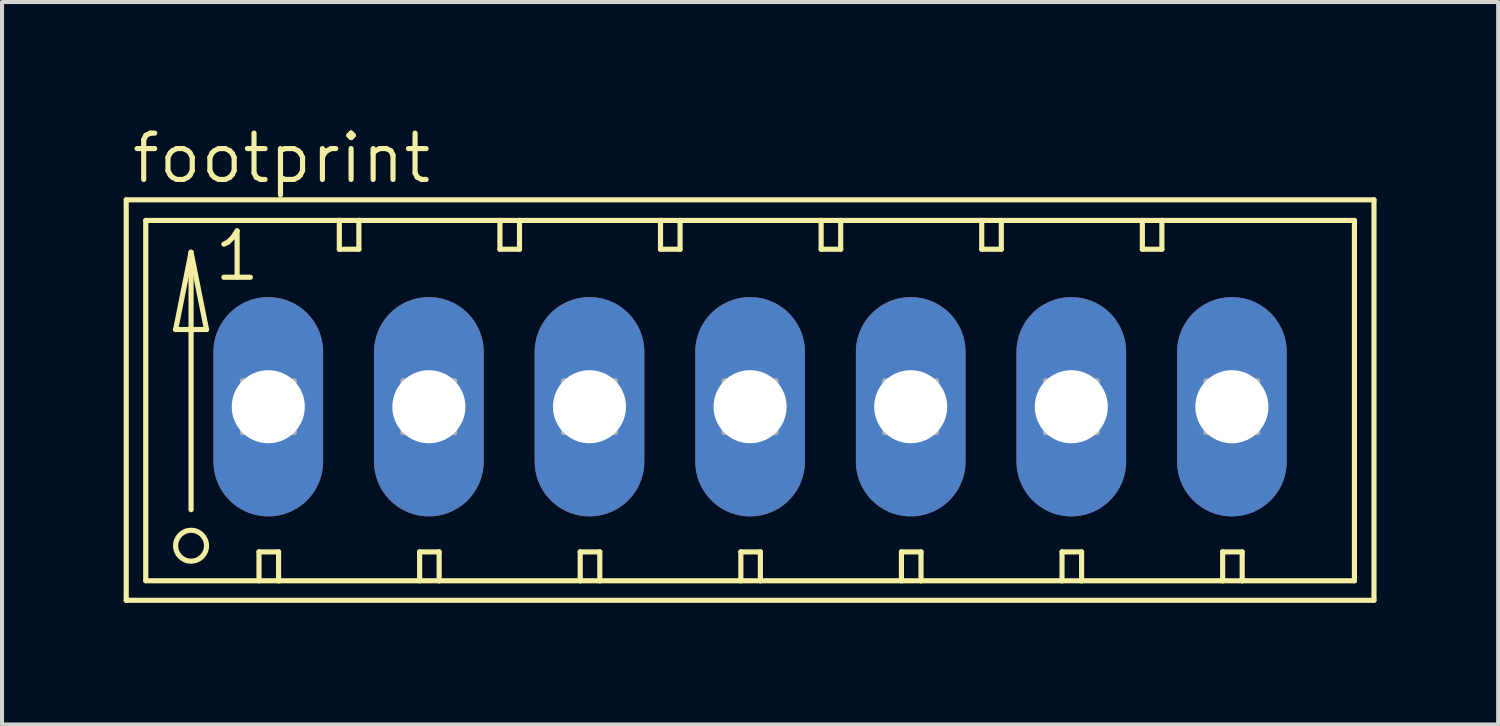
<source format=kicad_pcb>
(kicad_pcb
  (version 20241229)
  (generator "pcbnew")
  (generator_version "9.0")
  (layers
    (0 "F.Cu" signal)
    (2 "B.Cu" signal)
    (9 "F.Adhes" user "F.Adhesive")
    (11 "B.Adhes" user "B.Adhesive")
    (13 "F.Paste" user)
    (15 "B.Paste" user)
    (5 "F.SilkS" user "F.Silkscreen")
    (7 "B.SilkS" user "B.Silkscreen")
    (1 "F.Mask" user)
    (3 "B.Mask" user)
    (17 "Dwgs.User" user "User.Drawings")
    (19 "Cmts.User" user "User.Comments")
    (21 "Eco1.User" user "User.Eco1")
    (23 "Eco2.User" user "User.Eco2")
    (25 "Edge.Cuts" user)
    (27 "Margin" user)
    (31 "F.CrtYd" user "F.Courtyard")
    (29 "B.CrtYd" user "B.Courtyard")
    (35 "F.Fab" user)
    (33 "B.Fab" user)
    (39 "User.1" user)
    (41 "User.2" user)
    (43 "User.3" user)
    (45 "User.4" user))
  (footprint "footprint"
    (layer "F.Cu")
    (at 1.029 6.985)
    (property "Reference" "footprint" (at -0.889 -5.461 0) (layer "F.SilkS") (effects (font (size 1.143 1.143) (thickness 0.127)) (justify left bottom)))
    (fp_line (start -0.965 -5.105) (end -0.965 4.775) (stroke (width 0.127) (type solid)) (layer "F.SilkS"))
    (fp_line (start -0.965 4.775) (end 29.82 4.775) (stroke (width 0.127) (type solid)) (layer "F.SilkS"))
    (fp_line (start -0.483 -4.597) (end -0.483 4.293) (stroke (width 0.127) (type solid)) (layer "F.SilkS"))
    (fp_line (start -0.483 4.293) (end 2.311 4.293) (stroke (width 0.127) (type solid)) (layer "F.SilkS"))
    (fp_line (start 0.254 -1.905) (end 1.016 -1.905) (stroke (width 0.127) (type solid)) (layer "F.SilkS"))
    (fp_line (start 0.635 -3.81) (end 0.254 -1.905) (stroke (width 0.127) (type solid)) (layer "F.SilkS"))
    (fp_line (start 0.635 -3.81) (end 1.016 -1.905) (stroke (width 0.127) (type solid)) (layer "F.SilkS"))
    (fp_line (start 0.635 2.54) (end 0.635 -3.81) (stroke (width 0.127) (type solid)) (layer "F.SilkS"))
    (fp_line (start 2.311 3.581) (end 2.311 4.293) (stroke (width 0.127) (type solid)) (layer "F.SilkS"))
    (fp_line (start 2.311 3.581) (end 2.794 3.581) (stroke (width 0.127) (type solid)) (layer "F.SilkS"))
    (fp_line (start 2.311 4.293) (end 2.794 4.293) (stroke (width 0.127) (type solid)) (layer "F.SilkS"))
    (fp_line (start 2.794 3.581) (end 2.794 4.293) (stroke (width 0.127) (type solid)) (layer "F.SilkS"))
    (fp_line (start 2.794 4.293) (end 6.274 4.293) (stroke (width 0.127) (type solid)) (layer "F.SilkS"))
    (fp_line (start 4.293 -4.597) (end -0.483 -4.597) (stroke (width 0.127) (type solid)) (layer "F.SilkS"))
    (fp_line (start 4.293 -4.597) (end 4.293 -3.886) (stroke (width 0.127) (type solid)) (layer "F.SilkS"))
    (fp_line (start 4.293 -3.886) (end 4.775 -3.886) (stroke (width 0.127) (type solid)) (layer "F.SilkS"))
    (fp_line (start 4.775 -4.597) (end 4.293 -4.597) (stroke (width 0.127) (type solid)) (layer "F.SilkS"))
    (fp_line (start 4.775 -3.886) (end 4.775 -4.597) (stroke (width 0.127) (type solid)) (layer "F.SilkS"))
    (fp_line (start 6.274 3.581) (end 6.274 4.293) (stroke (width 0.127) (type solid)) (layer "F.SilkS"))
    (fp_line (start 6.274 3.581) (end 6.756 3.581) (stroke (width 0.127) (type solid)) (layer "F.SilkS"))
    (fp_line (start 6.274 4.293) (end 6.756 4.293) (stroke (width 0.127) (type solid)) (layer "F.SilkS"))
    (fp_line (start 6.756 3.581) (end 6.756 4.293) (stroke (width 0.127) (type solid)) (layer "F.SilkS"))
    (fp_line (start 6.756 4.293) (end 10.236 4.293) (stroke (width 0.127) (type solid)) (layer "F.SilkS"))
    (fp_line (start 8.255 -4.597) (end 4.775 -4.597) (stroke (width 0.127) (type solid)) (layer "F.SilkS"))
    (fp_line (start 8.255 -3.886) (end 8.255 -4.597) (stroke (width 0.127) (type solid)) (layer "F.SilkS"))
    (fp_line (start 8.255 -3.886) (end 8.738 -3.886) (stroke (width 0.127) (type solid)) (layer "F.SilkS"))
    (fp_line (start 8.738 -4.597) (end 8.255 -4.597) (stroke (width 0.127) (type solid)) (layer "F.SilkS"))
    (fp_line (start 8.738 -3.886) (end 8.738 -4.597) (stroke (width 0.127) (type solid)) (layer "F.SilkS"))
    (fp_line (start 10.236 3.581) (end 10.236 4.293) (stroke (width 0.127) (type solid)) (layer "F.SilkS"))
    (fp_line (start 10.236 3.581) (end 10.719 3.581) (stroke (width 0.127) (type solid)) (layer "F.SilkS"))
    (fp_line (start 10.236 4.293) (end 10.719 4.293) (stroke (width 0.127) (type solid)) (layer "F.SilkS"))
    (fp_line (start 10.719 3.581) (end 10.719 4.293) (stroke (width 0.127) (type solid)) (layer "F.SilkS"))
    (fp_line (start 10.719 4.293) (end 14.199 4.293) (stroke (width 0.127) (type solid)) (layer "F.SilkS"))
    (fp_line (start 12.217 -4.597) (end 8.738 -4.597) (stroke (width 0.127) (type solid)) (layer "F.SilkS"))
    (fp_line (start 12.217 -3.886) (end 12.217 -4.597) (stroke (width 0.127) (type solid)) (layer "F.SilkS"))
    (fp_line (start 12.217 -3.886) (end 12.7 -3.886) (stroke (width 0.127) (type solid)) (layer "F.SilkS"))
    (fp_line (start 12.7 -4.597) (end 12.217 -4.597) (stroke (width 0.127) (type solid)) (layer "F.SilkS"))
    (fp_line (start 12.7 -3.886) (end 12.7 -4.597) (stroke (width 0.127) (type solid)) (layer "F.SilkS"))
    (fp_line (start 14.199 3.581) (end 14.199 4.293) (stroke (width 0.127) (type solid)) (layer "F.SilkS"))
    (fp_line (start 14.199 3.581) (end 14.681 3.581) (stroke (width 0.127) (type solid)) (layer "F.SilkS"))
    (fp_line (start 14.199 4.293) (end 14.681 4.293) (stroke (width 0.127) (type solid)) (layer "F.SilkS"))
    (fp_line (start 14.681 3.581) (end 14.681 4.293) (stroke (width 0.127) (type solid)) (layer "F.SilkS"))
    (fp_line (start 14.681 4.293) (end 18.161 4.293) (stroke (width 0.127) (type solid)) (layer "F.SilkS"))
    (fp_line (start 16.18 -4.597) (end 12.7 -4.597) (stroke (width 0.127) (type solid)) (layer "F.SilkS"))
    (fp_line (start 16.18 -3.886) (end 16.18 -4.597) (stroke (width 0.127) (type solid)) (layer "F.SilkS"))
    (fp_line (start 16.18 -3.886) (end 16.662 -3.886) (stroke (width 0.127) (type solid)) (layer "F.SilkS"))
    (fp_line (start 16.662 -4.597) (end 16.18 -4.597) (stroke (width 0.127) (type solid)) (layer "F.SilkS"))
    (fp_line (start 16.662 -3.886) (end 16.662 -4.597) (stroke (width 0.127) (type solid)) (layer "F.SilkS"))
    (fp_line (start 18.161 3.581) (end 18.161 4.293) (stroke (width 0.127) (type solid)) (layer "F.SilkS"))
    (fp_line (start 18.161 3.581) (end 18.644 3.581) (stroke (width 0.127) (type solid)) (layer "F.SilkS"))
    (fp_line (start 18.161 4.293) (end 18.644 4.293) (stroke (width 0.127) (type solid)) (layer "F.SilkS"))
    (fp_line (start 18.644 3.581) (end 18.644 4.293) (stroke (width 0.127) (type solid)) (layer "F.SilkS"))
    (fp_line (start 18.644 4.293) (end 22.123 4.293) (stroke (width 0.127) (type solid)) (layer "F.SilkS"))
    (fp_line (start 20.142 -4.597) (end 16.662 -4.597) (stroke (width 0.127) (type solid)) (layer "F.SilkS"))
    (fp_line (start 20.142 -3.886) (end 20.142 -4.597) (stroke (width 0.127) (type solid)) (layer "F.SilkS"))
    (fp_line (start 20.142 -3.886) (end 20.625 -3.886) (stroke (width 0.127) (type solid)) (layer "F.SilkS"))
    (fp_line (start 20.625 -4.597) (end 20.142 -4.597) (stroke (width 0.127) (type solid)) (layer "F.SilkS"))
    (fp_line (start 20.625 -3.886) (end 20.625 -4.597) (stroke (width 0.127) (type solid)) (layer "F.SilkS"))
    (fp_line (start 22.123 3.581) (end 22.123 4.293) (stroke (width 0.127) (type solid)) (layer "F.SilkS"))
    (fp_line (start 22.123 3.581) (end 22.606 3.581) (stroke (width 0.127) (type solid)) (layer "F.SilkS"))
    (fp_line (start 22.123 4.293) (end 22.606 4.293) (stroke (width 0.127) (type solid)) (layer "F.SilkS"))
    (fp_line (start 22.606 3.581) (end 22.606 4.293) (stroke (width 0.127) (type solid)) (layer "F.SilkS"))
    (fp_line (start 22.606 4.293) (end 26.086 4.293) (stroke (width 0.127) (type solid)) (layer "F.SilkS"))
    (fp_line (start 24.105 -4.597) (end 20.625 -4.597) (stroke (width 0.127) (type solid)) (layer "F.SilkS"))
    (fp_line (start 24.105 -3.886) (end 24.105 -4.597) (stroke (width 0.127) (type solid)) (layer "F.SilkS"))
    (fp_line (start 24.105 -3.886) (end 24.587 -3.886) (stroke (width 0.127) (type solid)) (layer "F.SilkS"))
    (fp_line (start 24.587 -4.597) (end 24.105 -4.597) (stroke (width 0.127) (type solid)) (layer "F.SilkS"))
    (fp_line (start 24.587 -3.886) (end 24.587 -4.597) (stroke (width 0.127) (type solid)) (layer "F.SilkS"))
    (fp_line (start 26.086 3.581) (end 26.086 4.293) (stroke (width 0.127) (type solid)) (layer "F.SilkS"))
    (fp_line (start 26.086 3.581) (end 26.568 3.581) (stroke (width 0.127) (type solid)) (layer "F.SilkS"))
    (fp_line (start 26.086 4.293) (end 26.568 4.293) (stroke (width 0.127) (type solid)) (layer "F.SilkS"))
    (fp_line (start 26.568 3.581) (end 26.568 4.293) (stroke (width 0.127) (type solid)) (layer "F.SilkS"))
    (fp_line (start 26.568 4.293) (end 29.337 4.293) (stroke (width 0.127) (type solid)) (layer "F.SilkS"))
    (fp_line (start 29.337 -4.597) (end 24.587 -4.597) (stroke (width 0.127) (type solid)) (layer "F.SilkS"))
    (fp_line (start 29.337 4.293) (end 29.337 -4.597) (stroke (width 0.127) (type solid)) (layer "F.SilkS"))
    (fp_line (start 29.82 -5.105) (end -0.965 -5.105) (stroke (width 0.127) (type solid)) (layer "F.SilkS"))
    (fp_line (start 29.82 4.775) (end 29.82 -5.105) (stroke (width 0.127) (type solid)) (layer "F.SilkS"))
    (fp_circle (center 0.635 3.429) (end 1.016 3.429) (stroke (width 0.127) (type solid)) (fill no) (layer "F.SilkS"))
    (fp_line (start 1.905 -0.635) (end 1.905 0.635) (stroke (width 0.127) (type solid)) (layer "F.Fab"))
    (fp_line (start 1.905 -0.635) (end 3.175 0.635) (stroke (width 0.127) (type solid)) (layer "F.Fab"))
    (fp_line (start 1.905 0.635) (end 3.175 0.635) (stroke (width 0.127) (type solid)) (layer "F.Fab"))
    (fp_line (start 3.175 -0.635) (end 1.905 -0.635) (stroke (width 0.127) (type solid)) (layer "F.Fab"))
    (fp_line (start 3.175 -0.635) (end 1.905 0.635) (stroke (width 0.127) (type solid)) (layer "F.Fab"))
    (fp_line (start 3.175 0.635) (end 3.175 -0.635) (stroke (width 0.127) (type solid)) (layer "F.Fab"))
    (fp_line (start 5.867 -0.635) (end 5.867 0.635) (stroke (width 0.127) (type solid)) (layer "F.Fab"))
    (fp_line (start 5.867 -0.635) (end 7.137 0.635) (stroke (width 0.127) (type solid)) (layer "F.Fab"))
    (fp_line (start 5.867 0.635) (end 7.137 0.635) (stroke (width 0.127) (type solid)) (layer "F.Fab"))
    (fp_line (start 7.137 -0.635) (end 5.867 -0.635) (stroke (width 0.127) (type solid)) (layer "F.Fab"))
    (fp_line (start 7.137 -0.635) (end 5.867 0.635) (stroke (width 0.127) (type solid)) (layer "F.Fab"))
    (fp_line (start 7.137 0.635) (end 7.137 -0.635) (stroke (width 0.127) (type solid)) (layer "F.Fab"))
    (fp_line (start 9.83 -0.635) (end 9.83 0.635) (stroke (width 0.127) (type solid)) (layer "F.Fab"))
    (fp_line (start 9.83 -0.635) (end 11.1 0.635) (stroke (width 0.127) (type solid)) (layer "F.Fab"))
    (fp_line (start 9.83 0.635) (end 11.1 0.635) (stroke (width 0.127) (type solid)) (layer "F.Fab"))
    (fp_line (start 11.1 -0.635) (end 9.83 -0.635) (stroke (width 0.127) (type solid)) (layer "F.Fab"))
    (fp_line (start 11.1 -0.635) (end 9.83 0.635) (stroke (width 0.127) (type solid)) (layer "F.Fab"))
    (fp_line (start 11.1 0.635) (end 11.1 -0.635) (stroke (width 0.127) (type solid)) (layer "F.Fab"))
    (fp_line (start 13.792 -0.635) (end 13.792 0.635) (stroke (width 0.127) (type solid)) (layer "F.Fab"))
    (fp_line (start 13.792 -0.635) (end 15.062 0.635) (stroke (width 0.127) (type solid)) (layer "F.Fab"))
    (fp_line (start 13.792 0.635) (end 15.062 0.635) (stroke (width 0.127) (type solid)) (layer "F.Fab"))
    (fp_line (start 15.062 -0.635) (end 13.792 -0.635) (stroke (width 0.127) (type solid)) (layer "F.Fab"))
    (fp_line (start 15.062 -0.635) (end 13.792 0.635) (stroke (width 0.127) (type solid)) (layer "F.Fab"))
    (fp_line (start 15.062 0.635) (end 15.062 -0.635) (stroke (width 0.127) (type solid)) (layer "F.Fab"))
    (fp_line (start 17.755 -0.635) (end 17.755 0.635) (stroke (width 0.127) (type solid)) (layer "F.Fab"))
    (fp_line (start 17.755 -0.635) (end 19.025 0.635) (stroke (width 0.127) (type solid)) (layer "F.Fab"))
    (fp_line (start 17.755 0.635) (end 19.025 0.635) (stroke (width 0.127) (type solid)) (layer "F.Fab"))
    (fp_line (start 19.025 -0.635) (end 17.755 -0.635) (stroke (width 0.127) (type solid)) (layer "F.Fab"))
    (fp_line (start 19.025 -0.635) (end 17.755 0.635) (stroke (width 0.127) (type solid)) (layer "F.Fab"))
    (fp_line (start 19.025 0.635) (end 19.025 -0.635) (stroke (width 0.127) (type solid)) (layer "F.Fab"))
    (fp_line (start 21.717 -0.635) (end 21.717 0.635) (stroke (width 0.127) (type solid)) (layer "F.Fab"))
    (fp_line (start 21.717 -0.635) (end 22.987 0.635) (stroke (width 0.127) (type solid)) (layer "F.Fab"))
    (fp_line (start 21.717 0.635) (end 22.987 0.635) (stroke (width 0.127) (type solid)) (layer "F.Fab"))
    (fp_line (start 22.987 -0.635) (end 21.717 -0.635) (stroke (width 0.127) (type solid)) (layer "F.Fab"))
    (fp_line (start 22.987 -0.635) (end 21.717 0.635) (stroke (width 0.127) (type solid)) (layer "F.Fab"))
    (fp_line (start 22.987 0.635) (end 22.987 -0.635) (stroke (width 0.127) (type solid)) (layer "F.Fab"))
    (fp_line (start 25.679 -0.635) (end 25.679 0.635) (stroke (width 0.127) (type solid)) (layer "F.Fab"))
    (fp_line (start 25.679 -0.635) (end 26.949 0.635) (stroke (width 0.127) (type solid)) (layer "F.Fab"))
    (fp_line (start 25.679 0.635) (end 26.949 0.635) (stroke (width 0.127) (type solid)) (layer "F.Fab"))
    (fp_line (start 26.949 -0.635) (end 25.679 -0.635) (stroke (width 0.127) (type solid)) (layer "F.Fab"))
    (fp_line (start 26.949 -0.635) (end 25.679 0.635) (stroke (width 0.127) (type solid)) (layer "F.Fab"))
    (fp_line (start 26.949 0.635) (end 26.949 -0.635) (stroke (width 0.127) (type solid)) (layer "F.Fab"))
    (fp_text user "1" (at 1.143 -3.048 0) (layer "F.SilkS") (effects (font (size 1.143 1.143) (thickness 0.127)) (justify left bottom)))
    (pad "1" thru_hole oval (at 2.54 0 90) (size 5.41 2.705) (drill 1.803) (layers "*.Cu" "*.Mask"))
    (pad "2" thru_hole oval (at 6.502 0 90) (size 5.41 2.705) (drill 1.803) (layers "*.Cu" "*.Mask"))
    (pad "3" thru_hole oval (at 10.465 0 90) (size 5.41 2.705) (drill 1.803) (layers "*.Cu" "*.Mask"))
    (pad "4" thru_hole oval (at 14.427 0 90) (size 5.41 2.705) (drill 1.803) (layers "*.Cu" "*.Mask"))
    (pad "5" thru_hole oval (at 18.39 0 90) (size 5.41 2.705) (drill 1.803) (layers "*.Cu" "*.Mask"))
    (pad "6" thru_hole oval (at 22.352 0 90) (size 5.41 2.705) (drill 1.803) (layers "*.Cu" "*.Mask"))
    (pad "7" thru_hole oval (at 26.314 0 90) (size 5.41 2.705) (drill 1.803) (layers "*.Cu" "*.Mask")))
  (gr_rect
    (start -3 -3)
    (end 33.912 14.824)
    (stroke (width 0.1) (type default))
    (fill no)
    (layer "Edge.Cuts")))
</source>
